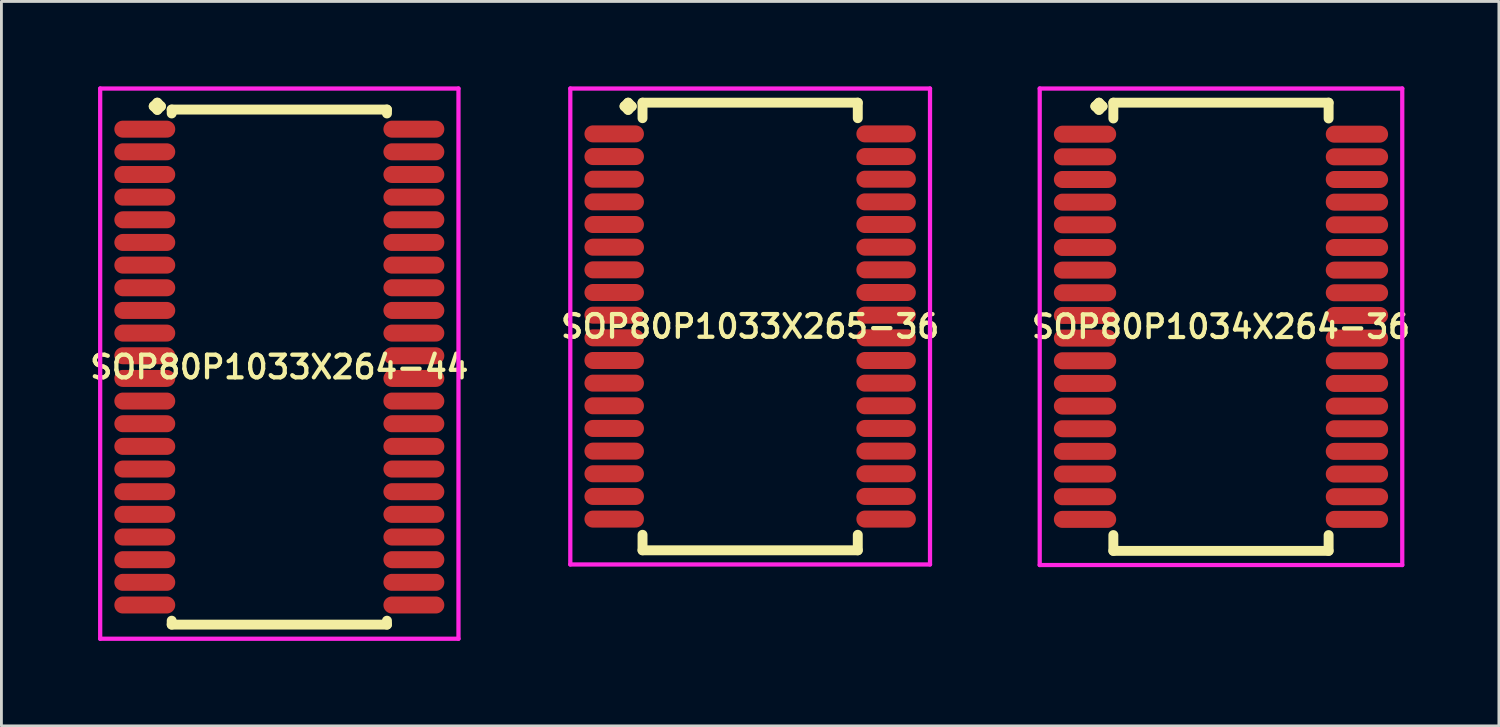
<source format=kicad_pcb>
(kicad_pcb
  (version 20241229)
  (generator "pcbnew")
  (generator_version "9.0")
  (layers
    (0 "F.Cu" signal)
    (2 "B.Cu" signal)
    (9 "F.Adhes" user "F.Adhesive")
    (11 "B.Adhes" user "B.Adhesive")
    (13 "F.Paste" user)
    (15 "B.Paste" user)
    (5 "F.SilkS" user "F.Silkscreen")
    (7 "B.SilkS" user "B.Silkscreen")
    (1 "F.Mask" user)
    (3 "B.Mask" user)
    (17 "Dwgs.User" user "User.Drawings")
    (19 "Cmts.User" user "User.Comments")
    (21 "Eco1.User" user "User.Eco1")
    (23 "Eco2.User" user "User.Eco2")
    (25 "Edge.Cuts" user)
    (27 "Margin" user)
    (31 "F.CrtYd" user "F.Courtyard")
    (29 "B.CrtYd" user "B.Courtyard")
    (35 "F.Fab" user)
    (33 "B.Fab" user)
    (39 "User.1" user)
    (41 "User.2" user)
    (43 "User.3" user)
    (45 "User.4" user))
  (footprint "SOP80P1034X264-36"
    (layer "F.Cu")
    (at 40.058 8.487)
    (property "Reference" "SOP80P1034X264-36" (at 0 0 0) (layer "F.SilkS") (effects (font (size 0.8 0.8) (thickness 0.15))))
    (attr smd)
    (fp_line (start -4.435 -7.785) (end -4.308 -7.912) (stroke (width 0.35) (type solid)) (layer "F.SilkS"))
    (fp_line (start -4.308 -7.912) (end -4.181 -7.785) (stroke (width 0.35) (type solid)) (layer "F.SilkS"))
    (fp_line (start -4.308 -7.658) (end -4.435 -7.785) (stroke (width 0.35) (type solid)) (layer "F.SilkS"))
    (fp_line (start -4.181 -7.785) (end -4.308 -7.658) (stroke (width 0.35) (type solid)) (layer "F.SilkS"))
    (fp_line (start -3.8 -7.912) (end 3.8 -7.912) (stroke (width 0.35) (type solid)) (layer "F.SilkS"))
    (fp_line (start -3.8 -7.354) (end -3.8 -7.912) (stroke (width 0.35) (type solid)) (layer "F.SilkS"))
    (fp_line (start -3.8 7.354) (end -3.8 7.912) (stroke (width 0.35) (type solid)) (layer "F.SilkS"))
    (fp_line (start -3.8 7.912) (end 3.8 7.912) (stroke (width 0.35) (type solid)) (layer "F.SilkS"))
    (fp_line (start 3.8 -7.912) (end 3.8 -7.354) (stroke (width 0.35) (type solid)) (layer "F.SilkS"))
    (fp_line (start 3.8 7.912) (end 3.8 7.354) (stroke (width 0.35) (type solid)) (layer "F.SilkS"))
    (fp_line (start -6.4 -8.412) (end 6.4 -8.412) (stroke (width 0.15) (type solid)) (layer "F.CrtYd"))
    (fp_line (start -6.4 8.412) (end -6.4 -8.412) (stroke (width 0.15) (type solid)) (layer "F.CrtYd"))
    (fp_line (start 6.4 -8.412) (end 6.4 8.412) (stroke (width 0.15) (type solid)) (layer "F.CrtYd"))
    (fp_line (start 6.4 8.412) (end -6.4 8.412) (stroke (width 0.15) (type solid)) (layer "F.CrtYd"))
    (pad "1" smd oval (at -4.8 -6.8) (size 2.2 0.6) (layers "F.Cu" "F.Mask" "F.Paste"))
    (pad "2" smd oval (at -4.8 -6) (size 2.2 0.6) (layers "F.Cu" "F.Mask" "F.Paste"))
    (pad "3" smd oval (at -4.8 -5.2) (size 2.2 0.6) (layers "F.Cu" "F.Mask" "F.Paste"))
    (pad "4" smd oval (at -4.8 -4.4) (size 2.2 0.6) (layers "F.Cu" "F.Mask" "F.Paste"))
    (pad "5" smd oval (at -4.8 -3.6) (size 2.2 0.6) (layers "F.Cu" "F.Mask" "F.Paste"))
    (pad "6" smd oval (at -4.8 -2.8) (size 2.2 0.6) (layers "F.Cu" "F.Mask" "F.Paste"))
    (pad "7" smd oval (at -4.8 -2) (size 2.2 0.6) (layers "F.Cu" "F.Mask" "F.Paste"))
    (pad "8" smd oval (at -4.8 -1.2) (size 2.2 0.6) (layers "F.Cu" "F.Mask" "F.Paste"))
    (pad "9" smd oval (at -4.8 -0.4) (size 2.2 0.6) (layers "F.Cu" "F.Mask" "F.Paste"))
    (pad "10" smd oval (at -4.8 0.4) (size 2.2 0.6) (layers "F.Cu" "F.Mask" "F.Paste"))
    (pad "11" smd oval (at -4.8 1.2) (size 2.2 0.6) (layers "F.Cu" "F.Mask" "F.Paste"))
    (pad "12" smd oval (at -4.8 2) (size 2.2 0.6) (layers "F.Cu" "F.Mask" "F.Paste"))
    (pad "13" smd oval (at -4.8 2.8) (size 2.2 0.6) (layers "F.Cu" "F.Mask" "F.Paste"))
    (pad "14" smd oval (at -4.8 3.6) (size 2.2 0.6) (layers "F.Cu" "F.Mask" "F.Paste"))
    (pad "15" smd oval (at -4.8 4.4) (size 2.2 0.6) (layers "F.Cu" "F.Mask" "F.Paste"))
    (pad "16" smd oval (at -4.8 5.2) (size 2.2 0.6) (layers "F.Cu" "F.Mask" "F.Paste"))
    (pad "17" smd oval (at -4.8 6) (size 2.2 0.6) (layers "F.Cu" "F.Mask" "F.Paste"))
    (pad "18" smd oval (at -4.8 6.8) (size 2.2 0.6) (layers "F.Cu" "F.Mask" "F.Paste"))
    (pad "19" smd oval (at 4.8 6.8) (size 2.2 0.6) (layers "F.Cu" "F.Mask" "F.Paste"))
    (pad "20" smd oval (at 4.8 6) (size 2.2 0.6) (layers "F.Cu" "F.Mask" "F.Paste"))
    (pad "21" smd oval (at 4.8 5.2) (size 2.2 0.6) (layers "F.Cu" "F.Mask" "F.Paste"))
    (pad "22" smd oval (at 4.8 4.4) (size 2.2 0.6) (layers "F.Cu" "F.Mask" "F.Paste"))
    (pad "23" smd oval (at 4.8 3.6) (size 2.2 0.6) (layers "F.Cu" "F.Mask" "F.Paste"))
    (pad "24" smd oval (at 4.8 2.8) (size 2.2 0.6) (layers "F.Cu" "F.Mask" "F.Paste"))
    (pad "25" smd oval (at 4.8 2) (size 2.2 0.6) (layers "F.Cu" "F.Mask" "F.Paste"))
    (pad "26" smd oval (at 4.8 1.2) (size 2.2 0.6) (layers "F.Cu" "F.Mask" "F.Paste"))
    (pad "27" smd oval (at 4.8 0.4) (size 2.2 0.6) (layers "F.Cu" "F.Mask" "F.Paste"))
    (pad "28" smd oval (at 4.8 -0.4) (size 2.2 0.6) (layers "F.Cu" "F.Mask" "F.Paste"))
    (pad "29" smd oval (at 4.8 -1.2) (size 2.2 0.6) (layers "F.Cu" "F.Mask" "F.Paste"))
    (pad "30" smd oval (at 4.8 -2) (size 2.2 0.6) (layers "F.Cu" "F.Mask" "F.Paste"))
    (pad "31" smd oval (at 4.8 -2.8) (size 2.2 0.6) (layers "F.Cu" "F.Mask" "F.Paste"))
    (pad "32" smd oval (at 4.8 -3.6) (size 2.2 0.6) (layers "F.Cu" "F.Mask" "F.Paste"))
    (pad "33" smd oval (at 4.8 -4.4) (size 2.2 0.6) (layers "F.Cu" "F.Mask" "F.Paste"))
    (pad "34" smd oval (at 4.8 -5.2) (size 2.2 0.6) (layers "F.Cu" "F.Mask" "F.Paste"))
    (pad "35" smd oval (at 4.8 -6) (size 2.2 0.6) (layers "F.Cu" "F.Mask" "F.Paste"))
    (pad "36" smd oval (at 4.8 -6.8) (size 2.2 0.6) (layers "F.Cu" "F.Mask" "F.Paste")))
  (footprint "SOP80P1033X264-44"
    (layer "F.Cu")
    (at 6.812 9.91)
    (property "Reference" "SOP80P1033X264-44" (at 0 0 0) (layer "F.SilkS") (effects (font (size 0.8 0.8) (thickness 0.15))))
    (attr smd)
    (fp_line (start -4.435 -9.208) (end -4.308 -9.335) (stroke (width 0.35) (type solid)) (layer "F.SilkS"))
    (fp_line (start -4.308 -9.335) (end -4.181 -9.208) (stroke (width 0.35) (type solid)) (layer "F.SilkS"))
    (fp_line (start -4.308 -9.081) (end -4.435 -9.208) (stroke (width 0.35) (type solid)) (layer "F.SilkS"))
    (fp_line (start -4.181 -9.208) (end -4.308 -9.081) (stroke (width 0.35) (type solid)) (layer "F.SilkS"))
    (fp_line (start -3.8 -9.092) (end 3.8 -9.092) (stroke (width 0.35) (type solid)) (layer "F.SilkS"))
    (fp_line (start -3.8 -8.954) (end -3.8 -9.092) (stroke (width 0.35) (type solid)) (layer "F.SilkS"))
    (fp_line (start -3.8 8.954) (end -3.8 9.092) (stroke (width 0.35) (type solid)) (layer "F.SilkS"))
    (fp_line (start -3.8 9.092) (end 3.8 9.092) (stroke (width 0.35) (type solid)) (layer "F.SilkS"))
    (fp_line (start 3.8 -9.092) (end 3.8 -8.954) (stroke (width 0.35) (type solid)) (layer "F.SilkS"))
    (fp_line (start 3.8 9.092) (end 3.8 8.954) (stroke (width 0.35) (type solid)) (layer "F.SilkS"))
    (fp_line (start -6.325 -9.835) (end 6.325 -9.835) (stroke (width 0.15) (type solid)) (layer "F.CrtYd"))
    (fp_line (start -6.325 9.592) (end -6.325 -9.835) (stroke (width 0.15) (type solid)) (layer "F.CrtYd"))
    (fp_line (start 6.325 -9.835) (end 6.325 9.592) (stroke (width 0.15) (type solid)) (layer "F.CrtYd"))
    (fp_line (start 6.325 9.592) (end -6.325 9.592) (stroke (width 0.15) (type solid)) (layer "F.CrtYd"))
    (pad "1" smd oval (at -4.75 -8.4) (size 2.15 0.6) (layers "F.Cu" "F.Mask" "F.Paste"))
    (pad "2" smd oval (at -4.75 -7.6) (size 2.15 0.6) (layers "F.Cu" "F.Mask" "F.Paste"))
    (pad "3" smd oval (at -4.75 -6.8) (size 2.15 0.6) (layers "F.Cu" "F.Mask" "F.Paste"))
    (pad "4" smd oval (at -4.75 -6) (size 2.15 0.6) (layers "F.Cu" "F.Mask" "F.Paste"))
    (pad "5" smd oval (at -4.75 -5.2) (size 2.15 0.6) (layers "F.Cu" "F.Mask" "F.Paste"))
    (pad "6" smd oval (at -4.75 -4.4) (size 2.15 0.6) (layers "F.Cu" "F.Mask" "F.Paste"))
    (pad "7" smd oval (at -4.75 -3.6) (size 2.15 0.6) (layers "F.Cu" "F.Mask" "F.Paste"))
    (pad "8" smd oval (at -4.75 -2.8) (size 2.15 0.6) (layers "F.Cu" "F.Mask" "F.Paste"))
    (pad "9" smd oval (at -4.75 -2) (size 2.15 0.6) (layers "F.Cu" "F.Mask" "F.Paste"))
    (pad "10" smd oval (at -4.75 -1.2) (size 2.15 0.6) (layers "F.Cu" "F.Mask" "F.Paste"))
    (pad "11" smd oval (at -4.75 -0.4) (size 2.15 0.6) (layers "F.Cu" "F.Mask" "F.Paste"))
    (pad "12" smd oval (at -4.75 0.4) (size 2.15 0.6) (layers "F.Cu" "F.Mask" "F.Paste"))
    (pad "13" smd oval (at -4.75 1.2) (size 2.15 0.6) (layers "F.Cu" "F.Mask" "F.Paste"))
    (pad "14" smd oval (at -4.75 2) (size 2.15 0.6) (layers "F.Cu" "F.Mask" "F.Paste"))
    (pad "15" smd oval (at -4.75 2.8) (size 2.15 0.6) (layers "F.Cu" "F.Mask" "F.Paste"))
    (pad "16" smd oval (at -4.75 3.6) (size 2.15 0.6) (layers "F.Cu" "F.Mask" "F.Paste"))
    (pad "17" smd oval (at -4.75 4.4) (size 2.15 0.6) (layers "F.Cu" "F.Mask" "F.Paste"))
    (pad "18" smd oval (at -4.75 5.2) (size 2.15 0.6) (layers "F.Cu" "F.Mask" "F.Paste"))
    (pad "19" smd oval (at -4.75 6) (size 2.15 0.6) (layers "F.Cu" "F.Mask" "F.Paste"))
    (pad "20" smd oval (at -4.75 6.8) (size 2.15 0.6) (layers "F.Cu" "F.Mask" "F.Paste"))
    (pad "21" smd oval (at -4.75 7.6) (size 2.15 0.6) (layers "F.Cu" "F.Mask" "F.Paste"))
    (pad "22" smd oval (at -4.75 8.4) (size 2.15 0.6) (layers "F.Cu" "F.Mask" "F.Paste"))
    (pad "23" smd oval (at 4.75 8.4) (size 2.15 0.6) (layers "F.Cu" "F.Mask" "F.Paste"))
    (pad "24" smd oval (at 4.75 7.6) (size 2.15 0.6) (layers "F.Cu" "F.Mask" "F.Paste"))
    (pad "25" smd oval (at 4.75 6.8) (size 2.15 0.6) (layers "F.Cu" "F.Mask" "F.Paste"))
    (pad "26" smd oval (at 4.75 6) (size 2.15 0.6) (layers "F.Cu" "F.Mask" "F.Paste"))
    (pad "27" smd oval (at 4.75 5.2) (size 2.15 0.6) (layers "F.Cu" "F.Mask" "F.Paste"))
    (pad "28" smd oval (at 4.75 4.4) (size 2.15 0.6) (layers "F.Cu" "F.Mask" "F.Paste"))
    (pad "29" smd oval (at 4.75 3.6) (size 2.15 0.6) (layers "F.Cu" "F.Mask" "F.Paste"))
    (pad "30" smd oval (at 4.75 2.8) (size 2.15 0.6) (layers "F.Cu" "F.Mask" "F.Paste"))
    (pad "31" smd oval (at 4.75 2) (size 2.15 0.6) (layers "F.Cu" "F.Mask" "F.Paste"))
    (pad "32" smd oval (at 4.75 1.2) (size 2.15 0.6) (layers "F.Cu" "F.Mask" "F.Paste"))
    (pad "33" smd oval (at 4.75 0.4) (size 2.15 0.6) (layers "F.Cu" "F.Mask" "F.Paste"))
    (pad "34" smd oval (at 4.75 -0.4) (size 2.15 0.6) (layers "F.Cu" "F.Mask" "F.Paste"))
    (pad "35" smd oval (at 4.75 -1.2) (size 2.15 0.6) (layers "F.Cu" "F.Mask" "F.Paste"))
    (pad "36" smd oval (at 4.75 -2) (size 2.15 0.6) (layers "F.Cu" "F.Mask" "F.Paste"))
    (pad "37" smd oval (at 4.75 -2.8) (size 2.15 0.6) (layers "F.Cu" "F.Mask" "F.Paste"))
    (pad "38" smd oval (at 4.75 -3.6) (size 2.15 0.6) (layers "F.Cu" "F.Mask" "F.Paste"))
    (pad "39" smd oval (at 4.75 -4.4) (size 2.15 0.6) (layers "F.Cu" "F.Mask" "F.Paste"))
    (pad "40" smd oval (at 4.75 -5.2) (size 2.15 0.6) (layers "F.Cu" "F.Mask" "F.Paste"))
    (pad "41" smd oval (at 4.75 -6) (size 2.15 0.6) (layers "F.Cu" "F.Mask" "F.Paste"))
    (pad "42" smd oval (at 4.75 -6.8) (size 2.15 0.6) (layers "F.Cu" "F.Mask" "F.Paste"))
    (pad "43" smd oval (at 4.75 -7.6) (size 2.15 0.6) (layers "F.Cu" "F.Mask" "F.Paste"))
    (pad "44" smd oval (at 4.75 -8.4) (size 2.15 0.6) (layers "F.Cu" "F.Mask" "F.Paste")))
  (footprint "SOP80P1033X265-36"
    (layer "F.Cu")
    (at 23.435 8.477)
    (property "Reference" "SOP80P1033X265-36" (at 0 0 0) (layer "F.SilkS") (effects (font (size 0.8 0.8) (thickness 0.15))))
    (attr smd)
    (fp_line (start -4.435 -7.775) (end -4.308 -7.902) (stroke (width 0.35) (type solid)) (layer "F.SilkS"))
    (fp_line (start -4.308 -7.902) (end -4.181 -7.775) (stroke (width 0.35) (type solid)) (layer "F.SilkS"))
    (fp_line (start -4.308 -7.648) (end -4.435 -7.775) (stroke (width 0.35) (type solid)) (layer "F.SilkS"))
    (fp_line (start -4.181 -7.775) (end -4.308 -7.648) (stroke (width 0.35) (type solid)) (layer "F.SilkS"))
    (fp_line (start -3.8 -7.902) (end 3.8 -7.902) (stroke (width 0.35) (type solid)) (layer "F.SilkS"))
    (fp_line (start -3.8 -7.354) (end -3.8 -7.902) (stroke (width 0.35) (type solid)) (layer "F.SilkS"))
    (fp_line (start -3.8 7.354) (end -3.8 7.902) (stroke (width 0.35) (type solid)) (layer "F.SilkS"))
    (fp_line (start -3.8 7.902) (end 3.8 7.902) (stroke (width 0.35) (type solid)) (layer "F.SilkS"))
    (fp_line (start 3.8 -7.902) (end 3.8 -7.354) (stroke (width 0.35) (type solid)) (layer "F.SilkS"))
    (fp_line (start 3.8 7.902) (end 3.8 7.354) (stroke (width 0.35) (type solid)) (layer "F.SilkS"))
    (fp_line (start -6.35 -8.402) (end 6.35 -8.402) (stroke (width 0.15) (type solid)) (layer "F.CrtYd"))
    (fp_line (start -6.35 8.402) (end -6.35 -8.402) (stroke (width 0.15) (type solid)) (layer "F.CrtYd"))
    (fp_line (start 6.35 -8.402) (end 6.35 8.402) (stroke (width 0.15) (type solid)) (layer "F.CrtYd"))
    (fp_line (start 6.35 8.402) (end -6.35 8.402) (stroke (width 0.15) (type solid)) (layer "F.CrtYd"))
    (pad "1" smd oval (at -4.8 -6.8) (size 2.1 0.6) (layers "F.Cu" "F.Mask" "F.Paste"))
    (pad "2" smd oval (at -4.8 -6) (size 2.1 0.6) (layers "F.Cu" "F.Mask" "F.Paste"))
    (pad "3" smd oval (at -4.8 -5.2) (size 2.1 0.6) (layers "F.Cu" "F.Mask" "F.Paste"))
    (pad "4" smd oval (at -4.8 -4.4) (size 2.1 0.6) (layers "F.Cu" "F.Mask" "F.Paste"))
    (pad "5" smd oval (at -4.8 -3.6) (size 2.1 0.6) (layers "F.Cu" "F.Mask" "F.Paste"))
    (pad "6" smd oval (at -4.8 -2.8) (size 2.1 0.6) (layers "F.Cu" "F.Mask" "F.Paste"))
    (pad "7" smd oval (at -4.8 -2) (size 2.1 0.6) (layers "F.Cu" "F.Mask" "F.Paste"))
    (pad "8" smd oval (at -4.8 -1.2) (size 2.1 0.6) (layers "F.Cu" "F.Mask" "F.Paste"))
    (pad "9" smd oval (at -4.8 -0.4) (size 2.1 0.6) (layers "F.Cu" "F.Mask" "F.Paste"))
    (pad "10" smd oval (at -4.8 0.4) (size 2.1 0.6) (layers "F.Cu" "F.Mask" "F.Paste"))
    (pad "11" smd oval (at -4.8 1.2) (size 2.1 0.6) (layers "F.Cu" "F.Mask" "F.Paste"))
    (pad "12" smd oval (at -4.8 2) (size 2.1 0.6) (layers "F.Cu" "F.Mask" "F.Paste"))
    (pad "13" smd oval (at -4.8 2.8) (size 2.1 0.6) (layers "F.Cu" "F.Mask" "F.Paste"))
    (pad "14" smd oval (at -4.8 3.6) (size 2.1 0.6) (layers "F.Cu" "F.Mask" "F.Paste"))
    (pad "15" smd oval (at -4.8 4.4) (size 2.1 0.6) (layers "F.Cu" "F.Mask" "F.Paste"))
    (pad "16" smd oval (at -4.8 5.2) (size 2.1 0.6) (layers "F.Cu" "F.Mask" "F.Paste"))
    (pad "17" smd oval (at -4.8 6) (size 2.1 0.6) (layers "F.Cu" "F.Mask" "F.Paste"))
    (pad "18" smd oval (at -4.8 6.8) (size 2.1 0.6) (layers "F.Cu" "F.Mask" "F.Paste"))
    (pad "19" smd oval (at 4.8 6.8) (size 2.1 0.6) (layers "F.Cu" "F.Mask" "F.Paste"))
    (pad "20" smd oval (at 4.8 6) (size 2.1 0.6) (layers "F.Cu" "F.Mask" "F.Paste"))
    (pad "21" smd oval (at 4.8 5.2) (size 2.1 0.6) (layers "F.Cu" "F.Mask" "F.Paste"))
    (pad "22" smd oval (at 4.8 4.4) (size 2.1 0.6) (layers "F.Cu" "F.Mask" "F.Paste"))
    (pad "23" smd oval (at 4.8 3.6) (size 2.1 0.6) (layers "F.Cu" "F.Mask" "F.Paste"))
    (pad "24" smd oval (at 4.8 2.8) (size 2.1 0.6) (layers "F.Cu" "F.Mask" "F.Paste"))
    (pad "25" smd oval (at 4.8 2) (size 2.1 0.6) (layers "F.Cu" "F.Mask" "F.Paste"))
    (pad "26" smd oval (at 4.8 1.2) (size 2.1 0.6) (layers "F.Cu" "F.Mask" "F.Paste"))
    (pad "27" smd oval (at 4.8 0.4) (size 2.1 0.6) (layers "F.Cu" "F.Mask" "F.Paste"))
    (pad "28" smd oval (at 4.8 -0.4) (size 2.1 0.6) (layers "F.Cu" "F.Mask" "F.Paste"))
    (pad "29" smd oval (at 4.8 -1.2) (size 2.1 0.6) (layers "F.Cu" "F.Mask" "F.Paste"))
    (pad "30" smd oval (at 4.8 -2) (size 2.1 0.6) (layers "F.Cu" "F.Mask" "F.Paste"))
    (pad "31" smd oval (at 4.8 -2.8) (size 2.1 0.6) (layers "F.Cu" "F.Mask" "F.Paste"))
    (pad "32" smd oval (at 4.8 -3.6) (size 2.1 0.6) (layers "F.Cu" "F.Mask" "F.Paste"))
    (pad "33" smd oval (at 4.8 -4.4) (size 2.1 0.6) (layers "F.Cu" "F.Mask" "F.Paste"))
    (pad "34" smd oval (at 4.8 -5.2) (size 2.1 0.6) (layers "F.Cu" "F.Mask" "F.Paste"))
    (pad "35" smd oval (at 4.8 -6) (size 2.1 0.6) (layers "F.Cu" "F.Mask" "F.Paste"))
    (pad "36" smd oval (at 4.8 -6.8) (size 2.1 0.6) (layers "F.Cu" "F.Mask" "F.Paste")))
  (gr_rect
    (start -3 -3)
    (end 49.87 22.577)
    (stroke (width 0.1) (type default))
    (fill no)
    (layer "Edge.Cuts")))
</source>
